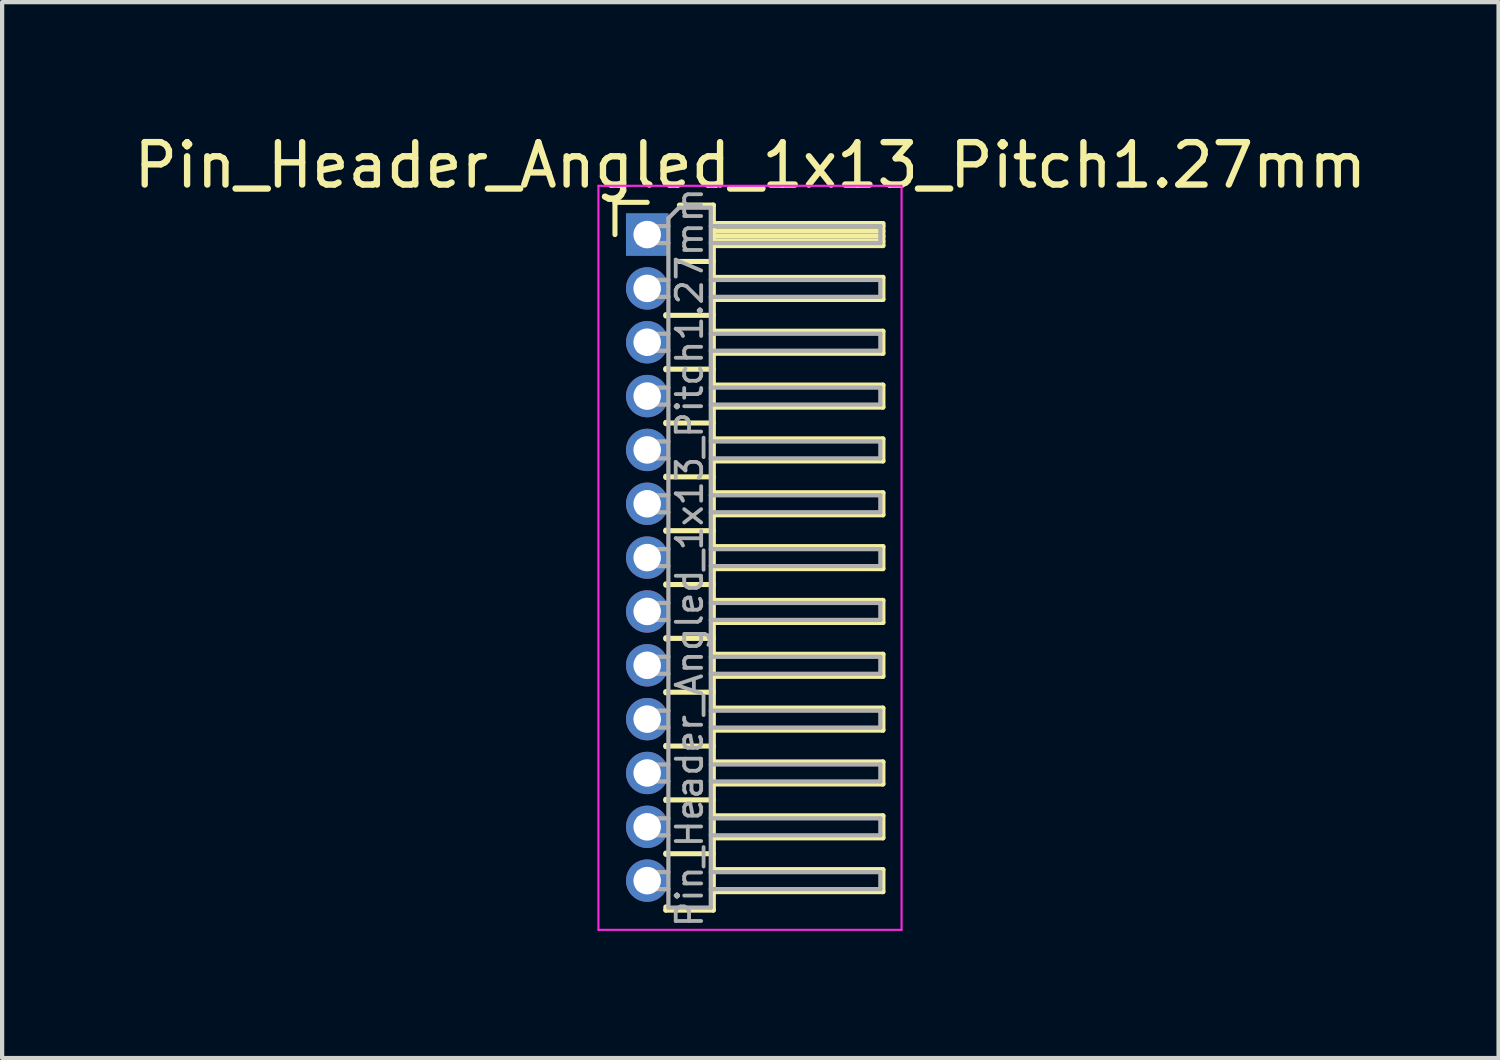
<source format=kicad_pcb>
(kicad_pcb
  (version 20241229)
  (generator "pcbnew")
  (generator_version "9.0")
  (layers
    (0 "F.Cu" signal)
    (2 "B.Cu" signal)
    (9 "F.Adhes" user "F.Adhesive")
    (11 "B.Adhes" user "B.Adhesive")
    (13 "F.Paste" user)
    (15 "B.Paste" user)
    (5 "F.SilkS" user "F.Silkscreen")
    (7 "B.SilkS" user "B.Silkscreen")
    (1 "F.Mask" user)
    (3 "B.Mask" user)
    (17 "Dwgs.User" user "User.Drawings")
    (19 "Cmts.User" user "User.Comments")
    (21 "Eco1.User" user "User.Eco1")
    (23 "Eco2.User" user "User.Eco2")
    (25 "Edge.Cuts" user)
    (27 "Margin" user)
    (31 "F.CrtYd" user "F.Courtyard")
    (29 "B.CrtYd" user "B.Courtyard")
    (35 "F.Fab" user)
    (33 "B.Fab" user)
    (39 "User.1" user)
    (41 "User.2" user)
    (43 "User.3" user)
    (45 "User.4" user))
  (footprint "Pin_Header_Angled_1x13_Pitch1.27mm"
    (layer "F.Cu")
    (at 12.216 2.483)
    (property "Reference" "Pin_Header_Angled_1x13_Pitch1.27mm" (at 2.433 -1.635 0) (layer "F.SilkS") (effects (font (size 1 1) (thickness 0.15))))
    (attr through_hole)
    (fp_line (start -0.76 -0.76) (end 0 -0.76) (stroke (width 0.12) (type solid)) (layer "F.SilkS"))
    (fp_line (start -0.76 0) (end -0.76 -0.76) (stroke (width 0.12) (type solid)) (layer "F.SilkS"))
    (fp_line (start 0.44 1.89) (end 0.44 1.92) (stroke (width 0.12) (type solid)) (layer "F.SilkS"))
    (fp_line (start 0.44 1.905) (end 1.56 1.905) (stroke (width 0.12) (type solid)) (layer "F.SilkS"))
    (fp_line (start 0.44 3.16) (end 0.44 3.19) (stroke (width 0.12) (type solid)) (layer "F.SilkS"))
    (fp_line (start 0.44 3.175) (end 1.56 3.175) (stroke (width 0.12) (type solid)) (layer "F.SilkS"))
    (fp_line (start 0.44 4.43) (end 0.44 4.46) (stroke (width 0.12) (type solid)) (layer "F.SilkS"))
    (fp_line (start 0.44 4.445) (end 1.56 4.445) (stroke (width 0.12) (type solid)) (layer "F.SilkS"))
    (fp_line (start 0.44 5.7) (end 0.44 5.73) (stroke (width 0.12) (type solid)) (layer "F.SilkS"))
    (fp_line (start 0.44 5.715) (end 1.56 5.715) (stroke (width 0.12) (type solid)) (layer "F.SilkS"))
    (fp_line (start 0.44 6.97) (end 0.44 7) (stroke (width 0.12) (type solid)) (layer "F.SilkS"))
    (fp_line (start 0.44 6.985) (end 1.56 6.985) (stroke (width 0.12) (type solid)) (layer "F.SilkS"))
    (fp_line (start 0.44 8.24) (end 0.44 8.27) (stroke (width 0.12) (type solid)) (layer "F.SilkS"))
    (fp_line (start 0.44 8.255) (end 1.56 8.255) (stroke (width 0.12) (type solid)) (layer "F.SilkS"))
    (fp_line (start 0.44 9.51) (end 0.44 9.54) (stroke (width 0.12) (type solid)) (layer "F.SilkS"))
    (fp_line (start 0.44 9.525) (end 1.56 9.525) (stroke (width 0.12) (type solid)) (layer "F.SilkS"))
    (fp_line (start 0.44 10.78) (end 0.44 10.81) (stroke (width 0.12) (type solid)) (layer "F.SilkS"))
    (fp_line (start 0.44 10.795) (end 1.56 10.795) (stroke (width 0.12) (type solid)) (layer "F.SilkS"))
    (fp_line (start 0.44 12.05) (end 0.44 12.08) (stroke (width 0.12) (type solid)) (layer "F.SilkS"))
    (fp_line (start 0.44 12.065) (end 1.56 12.065) (stroke (width 0.12) (type solid)) (layer "F.SilkS"))
    (fp_line (start 0.44 13.32) (end 0.44 13.35) (stroke (width 0.12) (type solid)) (layer "F.SilkS"))
    (fp_line (start 0.44 13.335) (end 1.56 13.335) (stroke (width 0.12) (type solid)) (layer "F.SilkS"))
    (fp_line (start 0.44 14.59) (end 0.44 14.62) (stroke (width 0.12) (type solid)) (layer "F.SilkS"))
    (fp_line (start 0.44 14.605) (end 1.56 14.605) (stroke (width 0.12) (type solid)) (layer "F.SilkS"))
    (fp_line (start 0.44 15.935) (end 0.44 15.86) (stroke (width 0.12) (type solid)) (layer "F.SilkS"))
    (fp_line (start 0.76 -0.695) (end 1.56 -0.695) (stroke (width 0.12) (type solid)) (layer "F.SilkS"))
    (fp_line (start 0.76 0.635) (end 1.56 0.635) (stroke (width 0.12) (type solid)) (layer "F.SilkS"))
    (fp_line (start 1.56 -0.695) (end 1.56 15.935) (stroke (width 0.12) (type solid)) (layer "F.SilkS"))
    (fp_line (start 1.56 -0.26) (end 5.56 -0.26) (stroke (width 0.12) (type solid)) (layer "F.SilkS"))
    (fp_line (start 1.56 -0.2) (end 5.56 -0.2) (stroke (width 0.12) (type solid)) (layer "F.SilkS"))
    (fp_line (start 1.56 -0.08) (end 5.56 -0.08) (stroke (width 0.12) (type solid)) (layer "F.SilkS"))
    (fp_line (start 1.56 0.04) (end 5.56 0.04) (stroke (width 0.12) (type solid)) (layer "F.SilkS"))
    (fp_line (start 1.56 0.16) (end 5.56 0.16) (stroke (width 0.12) (type solid)) (layer "F.SilkS"))
    (fp_line (start 1.56 1.01) (end 5.56 1.01) (stroke (width 0.12) (type solid)) (layer "F.SilkS"))
    (fp_line (start 1.56 2.28) (end 5.56 2.28) (stroke (width 0.12) (type solid)) (layer "F.SilkS"))
    (fp_line (start 1.56 3.55) (end 5.56 3.55) (stroke (width 0.12) (type solid)) (layer "F.SilkS"))
    (fp_line (start 1.56 4.82) (end 5.56 4.82) (stroke (width 0.12) (type solid)) (layer "F.SilkS"))
    (fp_line (start 1.56 6.09) (end 5.56 6.09) (stroke (width 0.12) (type solid)) (layer "F.SilkS"))
    (fp_line (start 1.56 7.36) (end 5.56 7.36) (stroke (width 0.12) (type solid)) (layer "F.SilkS"))
    (fp_line (start 1.56 8.63) (end 5.56 8.63) (stroke (width 0.12) (type solid)) (layer "F.SilkS"))
    (fp_line (start 1.56 9.9) (end 5.56 9.9) (stroke (width 0.12) (type solid)) (layer "F.SilkS"))
    (fp_line (start 1.56 11.17) (end 5.56 11.17) (stroke (width 0.12) (type solid)) (layer "F.SilkS"))
    (fp_line (start 1.56 12.44) (end 5.56 12.44) (stroke (width 0.12) (type solid)) (layer "F.SilkS"))
    (fp_line (start 1.56 13.71) (end 5.56 13.71) (stroke (width 0.12) (type solid)) (layer "F.SilkS"))
    (fp_line (start 1.56 14.98) (end 5.56 14.98) (stroke (width 0.12) (type solid)) (layer "F.SilkS"))
    (fp_line (start 1.56 15.935) (end 0.44 15.935) (stroke (width 0.12) (type solid)) (layer "F.SilkS"))
    (fp_line (start 5.56 -0.26) (end 5.56 0.26) (stroke (width 0.12) (type solid)) (layer "F.SilkS"))
    (fp_line (start 5.56 0.26) (end 1.56 0.26) (stroke (width 0.12) (type solid)) (layer "F.SilkS"))
    (fp_line (start 5.56 1.01) (end 5.56 1.53) (stroke (width 0.12) (type solid)) (layer "F.SilkS"))
    (fp_line (start 5.56 1.53) (end 1.56 1.53) (stroke (width 0.12) (type solid)) (layer "F.SilkS"))
    (fp_line (start 5.56 2.28) (end 5.56 2.8) (stroke (width 0.12) (type solid)) (layer "F.SilkS"))
    (fp_line (start 5.56 2.8) (end 1.56 2.8) (stroke (width 0.12) (type solid)) (layer "F.SilkS"))
    (fp_line (start 5.56 3.55) (end 5.56 4.07) (stroke (width 0.12) (type solid)) (layer "F.SilkS"))
    (fp_line (start 5.56 4.07) (end 1.56 4.07) (stroke (width 0.12) (type solid)) (layer "F.SilkS"))
    (fp_line (start 5.56 4.82) (end 5.56 5.34) (stroke (width 0.12) (type solid)) (layer "F.SilkS"))
    (fp_line (start 5.56 5.34) (end 1.56 5.34) (stroke (width 0.12) (type solid)) (layer "F.SilkS"))
    (fp_line (start 5.56 6.09) (end 5.56 6.61) (stroke (width 0.12) (type solid)) (layer "F.SilkS"))
    (fp_line (start 5.56 6.61) (end 1.56 6.61) (stroke (width 0.12) (type solid)) (layer "F.SilkS"))
    (fp_line (start 5.56 7.36) (end 5.56 7.88) (stroke (width 0.12) (type solid)) (layer "F.SilkS"))
    (fp_line (start 5.56 7.88) (end 1.56 7.88) (stroke (width 0.12) (type solid)) (layer "F.SilkS"))
    (fp_line (start 5.56 8.63) (end 5.56 9.15) (stroke (width 0.12) (type solid)) (layer "F.SilkS"))
    (fp_line (start 5.56 9.15) (end 1.56 9.15) (stroke (width 0.12) (type solid)) (layer "F.SilkS"))
    (fp_line (start 5.56 9.9) (end 5.56 10.42) (stroke (width 0.12) (type solid)) (layer "F.SilkS"))
    (fp_line (start 5.56 10.42) (end 1.56 10.42) (stroke (width 0.12) (type solid)) (layer "F.SilkS"))
    (fp_line (start 5.56 11.17) (end 5.56 11.69) (stroke (width 0.12) (type solid)) (layer "F.SilkS"))
    (fp_line (start 5.56 11.69) (end 1.56 11.69) (stroke (width 0.12) (type solid)) (layer "F.SilkS"))
    (fp_line (start 5.56 12.44) (end 5.56 12.96) (stroke (width 0.12) (type solid)) (layer "F.SilkS"))
    (fp_line (start 5.56 12.96) (end 1.56 12.96) (stroke (width 0.12) (type solid)) (layer "F.SilkS"))
    (fp_line (start 5.56 13.71) (end 5.56 14.23) (stroke (width 0.12) (type solid)) (layer "F.SilkS"))
    (fp_line (start 5.56 14.23) (end 1.56 14.23) (stroke (width 0.12) (type solid)) (layer "F.SilkS"))
    (fp_line (start 5.56 14.98) (end 5.56 15.5) (stroke (width 0.12) (type solid)) (layer "F.SilkS"))
    (fp_line (start 5.56 15.5) (end 1.56 15.5) (stroke (width 0.12) (type solid)) (layer "F.SilkS"))
    (fp_line (start -1.15 -1.15) (end -1.15 16.4) (stroke (width 0.05) (type solid)) (layer "F.CrtYd"))
    (fp_line (start -1.15 16.4) (end 6 16.4) (stroke (width 0.05) (type solid)) (layer "F.CrtYd"))
    (fp_line (start 6 -1.15) (end -1.15 -1.15) (stroke (width 0.05) (type solid)) (layer "F.CrtYd"))
    (fp_line (start 6 16.4) (end 6 -1.15) (stroke (width 0.05) (type solid)) (layer "F.CrtYd"))
    (fp_line (start -0.2 -0.2) (end -0.2 0.2) (stroke (width 0.1) (type solid)) (layer "F.Fab"))
    (fp_line (start -0.2 -0.2) (end 0.5 -0.2) (stroke (width 0.1) (type solid)) (layer "F.Fab"))
    (fp_line (start -0.2 0.2) (end 0.5 0.2) (stroke (width 0.1) (type solid)) (layer "F.Fab"))
    (fp_line (start -0.2 1.07) (end -0.2 1.47) (stroke (width 0.1) (type solid)) (layer "F.Fab"))
    (fp_line (start -0.2 1.07) (end 0.5 1.07) (stroke (width 0.1) (type solid)) (layer "F.Fab"))
    (fp_line (start -0.2 1.47) (end 0.5 1.47) (stroke (width 0.1) (type solid)) (layer "F.Fab"))
    (fp_line (start -0.2 2.34) (end -0.2 2.74) (stroke (width 0.1) (type solid)) (layer "F.Fab"))
    (fp_line (start -0.2 2.34) (end 0.5 2.34) (stroke (width 0.1) (type solid)) (layer "F.Fab"))
    (fp_line (start -0.2 2.74) (end 0.5 2.74) (stroke (width 0.1) (type solid)) (layer "F.Fab"))
    (fp_line (start -0.2 3.61) (end -0.2 4.01) (stroke (width 0.1) (type solid)) (layer "F.Fab"))
    (fp_line (start -0.2 3.61) (end 0.5 3.61) (stroke (width 0.1) (type solid)) (layer "F.Fab"))
    (fp_line (start -0.2 4.01) (end 0.5 4.01) (stroke (width 0.1) (type solid)) (layer "F.Fab"))
    (fp_line (start -0.2 4.88) (end -0.2 5.28) (stroke (width 0.1) (type solid)) (layer "F.Fab"))
    (fp_line (start -0.2 4.88) (end 0.5 4.88) (stroke (width 0.1) (type solid)) (layer "F.Fab"))
    (fp_line (start -0.2 5.28) (end 0.5 5.28) (stroke (width 0.1) (type solid)) (layer "F.Fab"))
    (fp_line (start -0.2 6.15) (end -0.2 6.55) (stroke (width 0.1) (type solid)) (layer "F.Fab"))
    (fp_line (start -0.2 6.15) (end 0.5 6.15) (stroke (width 0.1) (type solid)) (layer "F.Fab"))
    (fp_line (start -0.2 6.55) (end 0.5 6.55) (stroke (width 0.1) (type solid)) (layer "F.Fab"))
    (fp_line (start -0.2 7.42) (end -0.2 7.82) (stroke (width 0.1) (type solid)) (layer "F.Fab"))
    (fp_line (start -0.2 7.42) (end 0.5 7.42) (stroke (width 0.1) (type solid)) (layer "F.Fab"))
    (fp_line (start -0.2 7.82) (end 0.5 7.82) (stroke (width 0.1) (type solid)) (layer "F.Fab"))
    (fp_line (start -0.2 8.69) (end -0.2 9.09) (stroke (width 0.1) (type solid)) (layer "F.Fab"))
    (fp_line (start -0.2 8.69) (end 0.5 8.69) (stroke (width 0.1) (type solid)) (layer "F.Fab"))
    (fp_line (start -0.2 9.09) (end 0.5 9.09) (stroke (width 0.1) (type solid)) (layer "F.Fab"))
    (fp_line (start -0.2 9.96) (end -0.2 10.36) (stroke (width 0.1) (type solid)) (layer "F.Fab"))
    (fp_line (start -0.2 9.96) (end 0.5 9.96) (stroke (width 0.1) (type solid)) (layer "F.Fab"))
    (fp_line (start -0.2 10.36) (end 0.5 10.36) (stroke (width 0.1) (type solid)) (layer "F.Fab"))
    (fp_line (start -0.2 11.23) (end -0.2 11.63) (stroke (width 0.1) (type solid)) (layer "F.Fab"))
    (fp_line (start -0.2 11.23) (end 0.5 11.23) (stroke (width 0.1) (type solid)) (layer "F.Fab"))
    (fp_line (start -0.2 11.63) (end 0.5 11.63) (stroke (width 0.1) (type solid)) (layer "F.Fab"))
    (fp_line (start -0.2 12.5) (end -0.2 12.9) (stroke (width 0.1) (type solid)) (layer "F.Fab"))
    (fp_line (start -0.2 12.5) (end 0.5 12.5) (stroke (width 0.1) (type solid)) (layer "F.Fab"))
    (fp_line (start -0.2 12.9) (end 0.5 12.9) (stroke (width 0.1) (type solid)) (layer "F.Fab"))
    (fp_line (start -0.2 13.77) (end -0.2 14.17) (stroke (width 0.1) (type solid)) (layer "F.Fab"))
    (fp_line (start -0.2 13.77) (end 0.5 13.77) (stroke (width 0.1) (type solid)) (layer "F.Fab"))
    (fp_line (start -0.2 14.17) (end 0.5 14.17) (stroke (width 0.1) (type solid)) (layer "F.Fab"))
    (fp_line (start -0.2 15.04) (end -0.2 15.44) (stroke (width 0.1) (type solid)) (layer "F.Fab"))
    (fp_line (start -0.2 15.04) (end 0.5 15.04) (stroke (width 0.1) (type solid)) (layer "F.Fab"))
    (fp_line (start -0.2 15.44) (end 0.5 15.44) (stroke (width 0.1) (type solid)) (layer "F.Fab"))
    (fp_line (start 0.5 -0.385) (end 0.75 -0.635) (stroke (width 0.1) (type solid)) (layer "F.Fab"))
    (fp_line (start 0.5 15.875) (end 0.5 -0.385) (stroke (width 0.1) (type solid)) (layer "F.Fab"))
    (fp_line (start 0.75 -0.635) (end 1.5 -0.635) (stroke (width 0.1) (type solid)) (layer "F.Fab"))
    (fp_line (start 1.5 -0.635) (end 1.5 15.875) (stroke (width 0.1) (type solid)) (layer "F.Fab"))
    (fp_line (start 1.5 -0.2) (end 5.5 -0.2) (stroke (width 0.1) (type solid)) (layer "F.Fab"))
    (fp_line (start 1.5 0.2) (end 5.5 0.2) (stroke (width 0.1) (type solid)) (layer "F.Fab"))
    (fp_line (start 1.5 1.07) (end 5.5 1.07) (stroke (width 0.1) (type solid)) (layer "F.Fab"))
    (fp_line (start 1.5 1.47) (end 5.5 1.47) (stroke (width 0.1) (type solid)) (layer "F.Fab"))
    (fp_line (start 1.5 2.34) (end 5.5 2.34) (stroke (width 0.1) (type solid)) (layer "F.Fab"))
    (fp_line (start 1.5 2.74) (end 5.5 2.74) (stroke (width 0.1) (type solid)) (layer "F.Fab"))
    (fp_line (start 1.5 3.61) (end 5.5 3.61) (stroke (width 0.1) (type solid)) (layer "F.Fab"))
    (fp_line (start 1.5 4.01) (end 5.5 4.01) (stroke (width 0.1) (type solid)) (layer "F.Fab"))
    (fp_line (start 1.5 4.88) (end 5.5 4.88) (stroke (width 0.1) (type solid)) (layer "F.Fab"))
    (fp_line (start 1.5 5.28) (end 5.5 5.28) (stroke (width 0.1) (type solid)) (layer "F.Fab"))
    (fp_line (start 1.5 6.15) (end 5.5 6.15) (stroke (width 0.1) (type solid)) (layer "F.Fab"))
    (fp_line (start 1.5 6.55) (end 5.5 6.55) (stroke (width 0.1) (type solid)) (layer "F.Fab"))
    (fp_line (start 1.5 7.42) (end 5.5 7.42) (stroke (width 0.1) (type solid)) (layer "F.Fab"))
    (fp_line (start 1.5 7.82) (end 5.5 7.82) (stroke (width 0.1) (type solid)) (layer "F.Fab"))
    (fp_line (start 1.5 8.69) (end 5.5 8.69) (stroke (width 0.1) (type solid)) (layer "F.Fab"))
    (fp_line (start 1.5 9.09) (end 5.5 9.09) (stroke (width 0.1) (type solid)) (layer "F.Fab"))
    (fp_line (start 1.5 9.96) (end 5.5 9.96) (stroke (width 0.1) (type solid)) (layer "F.Fab"))
    (fp_line (start 1.5 10.36) (end 5.5 10.36) (stroke (width 0.1) (type solid)) (layer "F.Fab"))
    (fp_line (start 1.5 11.23) (end 5.5 11.23) (stroke (width 0.1) (type solid)) (layer "F.Fab"))
    (fp_line (start 1.5 11.63) (end 5.5 11.63) (stroke (width 0.1) (type solid)) (layer "F.Fab"))
    (fp_line (start 1.5 12.5) (end 5.5 12.5) (stroke (width 0.1) (type solid)) (layer "F.Fab"))
    (fp_line (start 1.5 12.9) (end 5.5 12.9) (stroke (width 0.1) (type solid)) (layer "F.Fab"))
    (fp_line (start 1.5 13.77) (end 5.5 13.77) (stroke (width 0.1) (type solid)) (layer "F.Fab"))
    (fp_line (start 1.5 14.17) (end 5.5 14.17) (stroke (width 0.1) (type solid)) (layer "F.Fab"))
    (fp_line (start 1.5 15.04) (end 5.5 15.04) (stroke (width 0.1) (type solid)) (layer "F.Fab"))
    (fp_line (start 1.5 15.44) (end 5.5 15.44) (stroke (width 0.1) (type solid)) (layer "F.Fab"))
    (fp_line (start 1.5 15.875) (end 0.5 15.875) (stroke (width 0.1) (type solid)) (layer "F.Fab"))
    (fp_line (start 5.5 -0.2) (end 5.5 0.2) (stroke (width 0.1) (type solid)) (layer "F.Fab"))
    (fp_line (start 5.5 1.07) (end 5.5 1.47) (stroke (width 0.1) (type solid)) (layer "F.Fab"))
    (fp_line (start 5.5 2.34) (end 5.5 2.74) (stroke (width 0.1) (type solid)) (layer "F.Fab"))
    (fp_line (start 5.5 3.61) (end 5.5 4.01) (stroke (width 0.1) (type solid)) (layer "F.Fab"))
    (fp_line (start 5.5 4.88) (end 5.5 5.28) (stroke (width 0.1) (type solid)) (layer "F.Fab"))
    (fp_line (start 5.5 6.15) (end 5.5 6.55) (stroke (width 0.1) (type solid)) (layer "F.Fab"))
    (fp_line (start 5.5 7.42) (end 5.5 7.82) (stroke (width 0.1) (type solid)) (layer "F.Fab"))
    (fp_line (start 5.5 8.69) (end 5.5 9.09) (stroke (width 0.1) (type solid)) (layer "F.Fab"))
    (fp_line (start 5.5 9.96) (end 5.5 10.36) (stroke (width 0.1) (type solid)) (layer "F.Fab"))
    (fp_line (start 5.5 11.23) (end 5.5 11.63) (stroke (width 0.1) (type solid)) (layer "F.Fab"))
    (fp_line (start 5.5 12.5) (end 5.5 12.9) (stroke (width 0.1) (type solid)) (layer "F.Fab"))
    (fp_line (start 5.5 13.77) (end 5.5 14.17) (stroke (width 0.1) (type solid)) (layer "F.Fab"))
    (fp_line (start 5.5 15.04) (end 5.5 15.44) (stroke (width 0.1) (type solid)) (layer "F.Fab"))
    (fp_text user "${REFERENCE}" (at 1 7.62 90) (layer "F.Fab") (effects (font (size 0.6 0.6) (thickness 0.09))))
    (pad "1" thru_hole rect (at 0 0) (size 1 1) (drill 0.65) (layers "*.Cu" "*.Mask"))
    (pad "2" thru_hole oval (at 0 1.27) (size 1 1) (drill 0.65) (layers "*.Cu" "*.Mask"))
    (pad "3" thru_hole oval (at 0 2.54) (size 1 1) (drill 0.65) (layers "*.Cu" "*.Mask"))
    (pad "4" thru_hole oval (at 0 3.81) (size 1 1) (drill 0.65) (layers "*.Cu" "*.Mask"))
    (pad "5" thru_hole oval (at 0 5.08) (size 1 1) (drill 0.65) (layers "*.Cu" "*.Mask"))
    (pad "6" thru_hole oval (at 0 6.35) (size 1 1) (drill 0.65) (layers "*.Cu" "*.Mask"))
    (pad "7" thru_hole oval (at 0 7.62) (size 1 1) (drill 0.65) (layers "*.Cu" "*.Mask"))
    (pad "8" thru_hole oval (at 0 8.89) (size 1 1) (drill 0.65) (layers "*.Cu" "*.Mask"))
    (pad "9" thru_hole oval (at 0 10.16) (size 1 1) (drill 0.65) (layers "*.Cu" "*.Mask"))
    (pad "10" thru_hole oval (at 0 11.43) (size 1 1) (drill 0.65) (layers "*.Cu" "*.Mask"))
    (pad "11" thru_hole oval (at 0 12.7) (size 1 1) (drill 0.65) (layers "*.Cu" "*.Mask"))
    (pad "12" thru_hole oval (at 0 13.97) (size 1 1) (drill 0.65) (layers "*.Cu" "*.Mask"))
    (pad "13" thru_hole oval (at 0 15.24) (size 1 1) (drill 0.65) (layers "*.Cu" "*.Mask")))
  (gr_rect
    (start -3 -3)
    (end 32.298 21.908)
    (stroke (width 0.1) (type default))
    (fill no)
    (layer "Edge.Cuts")))
</source>
